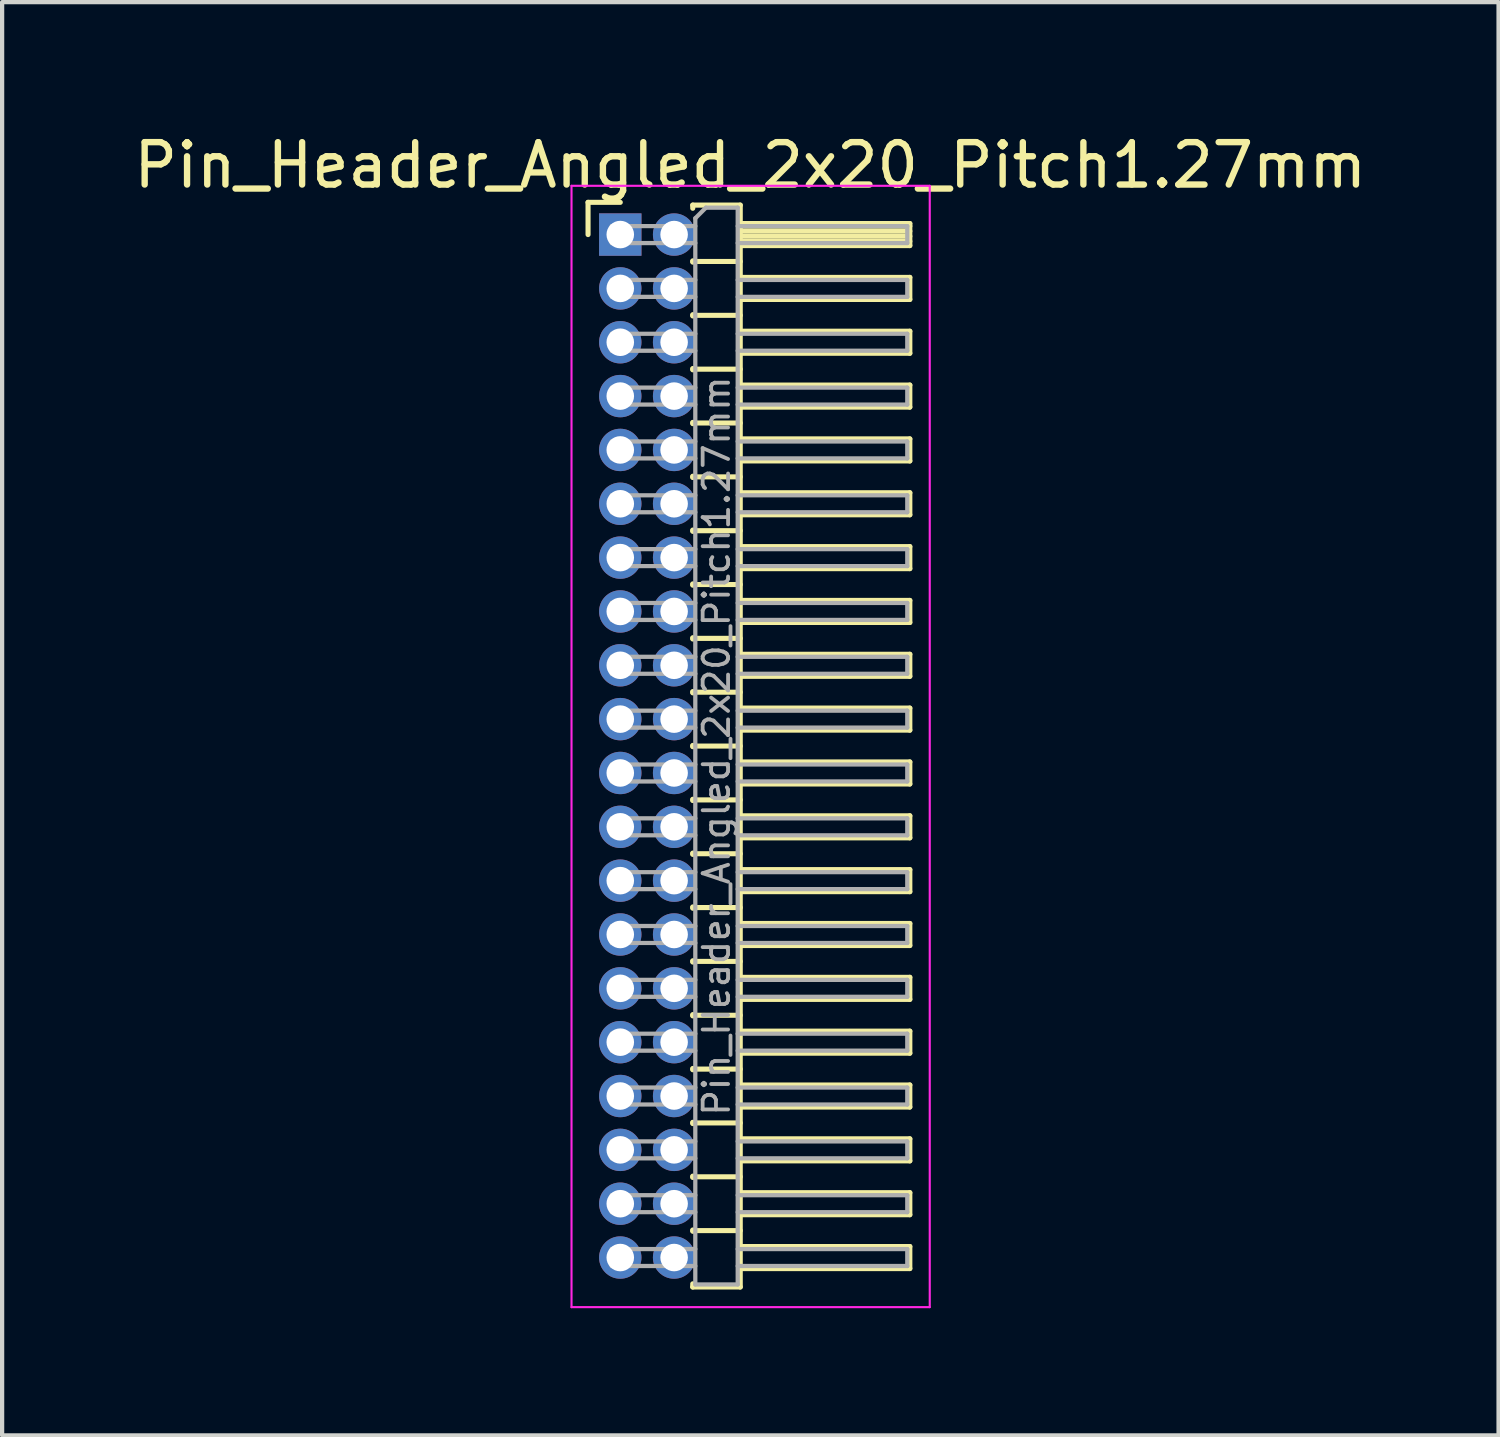
<source format=kicad_pcb>
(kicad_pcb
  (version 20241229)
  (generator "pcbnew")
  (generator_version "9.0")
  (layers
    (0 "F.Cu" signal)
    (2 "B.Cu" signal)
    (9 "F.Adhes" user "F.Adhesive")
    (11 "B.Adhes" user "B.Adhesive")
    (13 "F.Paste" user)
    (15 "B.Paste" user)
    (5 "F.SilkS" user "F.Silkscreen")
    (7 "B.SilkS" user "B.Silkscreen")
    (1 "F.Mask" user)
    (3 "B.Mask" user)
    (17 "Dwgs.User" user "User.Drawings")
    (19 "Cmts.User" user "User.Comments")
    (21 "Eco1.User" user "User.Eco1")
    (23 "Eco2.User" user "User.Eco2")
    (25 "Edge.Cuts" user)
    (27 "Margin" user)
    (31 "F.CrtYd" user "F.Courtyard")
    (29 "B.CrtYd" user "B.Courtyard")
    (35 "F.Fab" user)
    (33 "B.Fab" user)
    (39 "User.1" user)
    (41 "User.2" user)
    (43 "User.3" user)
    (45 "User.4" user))
  (footprint "Pin_Header_Angled_2x20_Pitch1.27mm"
    (layer "F.Cu")
    (at 11.581 2.483)
    (property "Reference" "Pin_Header_Angled_2x20_Pitch1.27mm" (at 3.067 -1.635 0) (layer "F.SilkS") (effects (font (size 1 1) (thickness 0.15))))
    (attr through_hole)
    (fp_line (start -0.76 -0.76) (end 0 -0.76) (stroke (width 0.12) (type solid)) (layer "F.SilkS"))
    (fp_line (start -0.76 0) (end -0.76 -0.76) (stroke (width 0.12) (type solid)) (layer "F.SilkS"))
    (fp_line (start 1.71 -0.695) (end 2.83 -0.695) (stroke (width 0.12) (type solid)) (layer "F.SilkS"))
    (fp_line (start 1.71 -0.62) (end 1.71 -0.695) (stroke (width 0.12) (type solid)) (layer "F.SilkS"))
    (fp_line (start 1.71 0.62) (end 1.71 0.65) (stroke (width 0.12) (type solid)) (layer "F.SilkS"))
    (fp_line (start 1.71 0.635) (end 2.83 0.635) (stroke (width 0.12) (type solid)) (layer "F.SilkS"))
    (fp_line (start 1.71 1.89) (end 1.71 1.92) (stroke (width 0.12) (type solid)) (layer "F.SilkS"))
    (fp_line (start 1.71 1.905) (end 2.83 1.905) (stroke (width 0.12) (type solid)) (layer "F.SilkS"))
    (fp_line (start 1.71 3.16) (end 1.71 3.19) (stroke (width 0.12) (type solid)) (layer "F.SilkS"))
    (fp_line (start 1.71 3.175) (end 2.83 3.175) (stroke (width 0.12) (type solid)) (layer "F.SilkS"))
    (fp_line (start 1.71 4.43) (end 1.71 4.46) (stroke (width 0.12) (type solid)) (layer "F.SilkS"))
    (fp_line (start 1.71 4.445) (end 2.83 4.445) (stroke (width 0.12) (type solid)) (layer "F.SilkS"))
    (fp_line (start 1.71 5.7) (end 1.71 5.73) (stroke (width 0.12) (type solid)) (layer "F.SilkS"))
    (fp_line (start 1.71 5.715) (end 2.83 5.715) (stroke (width 0.12) (type solid)) (layer "F.SilkS"))
    (fp_line (start 1.71 6.97) (end 1.71 7) (stroke (width 0.12) (type solid)) (layer "F.SilkS"))
    (fp_line (start 1.71 6.985) (end 2.83 6.985) (stroke (width 0.12) (type solid)) (layer "F.SilkS"))
    (fp_line (start 1.71 8.24) (end 1.71 8.27) (stroke (width 0.12) (type solid)) (layer "F.SilkS"))
    (fp_line (start 1.71 8.255) (end 2.83 8.255) (stroke (width 0.12) (type solid)) (layer "F.SilkS"))
    (fp_line (start 1.71 9.51) (end 1.71 9.54) (stroke (width 0.12) (type solid)) (layer "F.SilkS"))
    (fp_line (start 1.71 9.525) (end 2.83 9.525) (stroke (width 0.12) (type solid)) (layer "F.SilkS"))
    (fp_line (start 1.71 10.78) (end 1.71 10.81) (stroke (width 0.12) (type solid)) (layer "F.SilkS"))
    (fp_line (start 1.71 10.795) (end 2.83 10.795) (stroke (width 0.12) (type solid)) (layer "F.SilkS"))
    (fp_line (start 1.71 12.05) (end 1.71 12.08) (stroke (width 0.12) (type solid)) (layer "F.SilkS"))
    (fp_line (start 1.71 12.065) (end 2.83 12.065) (stroke (width 0.12) (type solid)) (layer "F.SilkS"))
    (fp_line (start 1.71 13.32) (end 1.71 13.35) (stroke (width 0.12) (type solid)) (layer "F.SilkS"))
    (fp_line (start 1.71 13.335) (end 2.83 13.335) (stroke (width 0.12) (type solid)) (layer "F.SilkS"))
    (fp_line (start 1.71 14.59) (end 1.71 14.62) (stroke (width 0.12) (type solid)) (layer "F.SilkS"))
    (fp_line (start 1.71 14.605) (end 2.83 14.605) (stroke (width 0.12) (type solid)) (layer "F.SilkS"))
    (fp_line (start 1.71 15.86) (end 1.71 15.89) (stroke (width 0.12) (type solid)) (layer "F.SilkS"))
    (fp_line (start 1.71 15.875) (end 2.83 15.875) (stroke (width 0.12) (type solid)) (layer "F.SilkS"))
    (fp_line (start 1.71 17.13) (end 1.71 17.16) (stroke (width 0.12) (type solid)) (layer "F.SilkS"))
    (fp_line (start 1.71 17.145) (end 2.83 17.145) (stroke (width 0.12) (type solid)) (layer "F.SilkS"))
    (fp_line (start 1.71 18.4) (end 1.71 18.43) (stroke (width 0.12) (type solid)) (layer "F.SilkS"))
    (fp_line (start 1.71 18.415) (end 2.83 18.415) (stroke (width 0.12) (type solid)) (layer "F.SilkS"))
    (fp_line (start 1.71 19.67) (end 1.71 19.7) (stroke (width 0.12) (type solid)) (layer "F.SilkS"))
    (fp_line (start 1.71 19.685) (end 2.83 19.685) (stroke (width 0.12) (type solid)) (layer "F.SilkS"))
    (fp_line (start 1.71 20.94) (end 1.71 20.97) (stroke (width 0.12) (type solid)) (layer "F.SilkS"))
    (fp_line (start 1.71 20.955) (end 2.83 20.955) (stroke (width 0.12) (type solid)) (layer "F.SilkS"))
    (fp_line (start 1.71 22.21) (end 1.71 22.24) (stroke (width 0.12) (type solid)) (layer "F.SilkS"))
    (fp_line (start 1.71 22.225) (end 2.83 22.225) (stroke (width 0.12) (type solid)) (layer "F.SilkS"))
    (fp_line (start 1.71 23.48) (end 1.71 23.51) (stroke (width 0.12) (type solid)) (layer "F.SilkS"))
    (fp_line (start 1.71 23.495) (end 2.83 23.495) (stroke (width 0.12) (type solid)) (layer "F.SilkS"))
    (fp_line (start 1.71 24.825) (end 1.71 24.75) (stroke (width 0.12) (type solid)) (layer "F.SilkS"))
    (fp_line (start 2.83 -0.695) (end 2.83 24.825) (stroke (width 0.12) (type solid)) (layer "F.SilkS"))
    (fp_line (start 2.83 -0.26) (end 6.83 -0.26) (stroke (width 0.12) (type solid)) (layer "F.SilkS"))
    (fp_line (start 2.83 -0.2) (end 6.83 -0.2) (stroke (width 0.12) (type solid)) (layer "F.SilkS"))
    (fp_line (start 2.83 -0.08) (end 6.83 -0.08) (stroke (width 0.12) (type solid)) (layer "F.SilkS"))
    (fp_line (start 2.83 0.04) (end 6.83 0.04) (stroke (width 0.12) (type solid)) (layer "F.SilkS"))
    (fp_line (start 2.83 0.16) (end 6.83 0.16) (stroke (width 0.12) (type solid)) (layer "F.SilkS"))
    (fp_line (start 2.83 1.01) (end 6.83 1.01) (stroke (width 0.12) (type solid)) (layer "F.SilkS"))
    (fp_line (start 2.83 2.28) (end 6.83 2.28) (stroke (width 0.12) (type solid)) (layer "F.SilkS"))
    (fp_line (start 2.83 3.55) (end 6.83 3.55) (stroke (width 0.12) (type solid)) (layer "F.SilkS"))
    (fp_line (start 2.83 4.82) (end 6.83 4.82) (stroke (width 0.12) (type solid)) (layer "F.SilkS"))
    (fp_line (start 2.83 6.09) (end 6.83 6.09) (stroke (width 0.12) (type solid)) (layer "F.SilkS"))
    (fp_line (start 2.83 7.36) (end 6.83 7.36) (stroke (width 0.12) (type solid)) (layer "F.SilkS"))
    (fp_line (start 2.83 8.63) (end 6.83 8.63) (stroke (width 0.12) (type solid)) (layer "F.SilkS"))
    (fp_line (start 2.83 9.9) (end 6.83 9.9) (stroke (width 0.12) (type solid)) (layer "F.SilkS"))
    (fp_line (start 2.83 11.17) (end 6.83 11.17) (stroke (width 0.12) (type solid)) (layer "F.SilkS"))
    (fp_line (start 2.83 12.44) (end 6.83 12.44) (stroke (width 0.12) (type solid)) (layer "F.SilkS"))
    (fp_line (start 2.83 13.71) (end 6.83 13.71) (stroke (width 0.12) (type solid)) (layer "F.SilkS"))
    (fp_line (start 2.83 14.98) (end 6.83 14.98) (stroke (width 0.12) (type solid)) (layer "F.SilkS"))
    (fp_line (start 2.83 16.25) (end 6.83 16.25) (stroke (width 0.12) (type solid)) (layer "F.SilkS"))
    (fp_line (start 2.83 17.52) (end 6.83 17.52) (stroke (width 0.12) (type solid)) (layer "F.SilkS"))
    (fp_line (start 2.83 18.79) (end 6.83 18.79) (stroke (width 0.12) (type solid)) (layer "F.SilkS"))
    (fp_line (start 2.83 20.06) (end 6.83 20.06) (stroke (width 0.12) (type solid)) (layer "F.SilkS"))
    (fp_line (start 2.83 21.33) (end 6.83 21.33) (stroke (width 0.12) (type solid)) (layer "F.SilkS"))
    (fp_line (start 2.83 22.6) (end 6.83 22.6) (stroke (width 0.12) (type solid)) (layer "F.SilkS"))
    (fp_line (start 2.83 23.87) (end 6.83 23.87) (stroke (width 0.12) (type solid)) (layer "F.SilkS"))
    (fp_line (start 2.83 24.825) (end 1.71 24.825) (stroke (width 0.12) (type solid)) (layer "F.SilkS"))
    (fp_line (start 6.83 -0.26) (end 6.83 0.26) (stroke (width 0.12) (type solid)) (layer "F.SilkS"))
    (fp_line (start 6.83 0.26) (end 2.83 0.26) (stroke (width 0.12) (type solid)) (layer "F.SilkS"))
    (fp_line (start 6.83 1.01) (end 6.83 1.53) (stroke (width 0.12) (type solid)) (layer "F.SilkS"))
    (fp_line (start 6.83 1.53) (end 2.83 1.53) (stroke (width 0.12) (type solid)) (layer "F.SilkS"))
    (fp_line (start 6.83 2.28) (end 6.83 2.8) (stroke (width 0.12) (type solid)) (layer "F.SilkS"))
    (fp_line (start 6.83 2.8) (end 2.83 2.8) (stroke (width 0.12) (type solid)) (layer "F.SilkS"))
    (fp_line (start 6.83 3.55) (end 6.83 4.07) (stroke (width 0.12) (type solid)) (layer "F.SilkS"))
    (fp_line (start 6.83 4.07) (end 2.83 4.07) (stroke (width 0.12) (type solid)) (layer "F.SilkS"))
    (fp_line (start 6.83 4.82) (end 6.83 5.34) (stroke (width 0.12) (type solid)) (layer "F.SilkS"))
    (fp_line (start 6.83 5.34) (end 2.83 5.34) (stroke (width 0.12) (type solid)) (layer "F.SilkS"))
    (fp_line (start 6.83 6.09) (end 6.83 6.61) (stroke (width 0.12) (type solid)) (layer "F.SilkS"))
    (fp_line (start 6.83 6.61) (end 2.83 6.61) (stroke (width 0.12) (type solid)) (layer "F.SilkS"))
    (fp_line (start 6.83 7.36) (end 6.83 7.88) (stroke (width 0.12) (type solid)) (layer "F.SilkS"))
    (fp_line (start 6.83 7.88) (end 2.83 7.88) (stroke (width 0.12) (type solid)) (layer "F.SilkS"))
    (fp_line (start 6.83 8.63) (end 6.83 9.15) (stroke (width 0.12) (type solid)) (layer "F.SilkS"))
    (fp_line (start 6.83 9.15) (end 2.83 9.15) (stroke (width 0.12) (type solid)) (layer "F.SilkS"))
    (fp_line (start 6.83 9.9) (end 6.83 10.42) (stroke (width 0.12) (type solid)) (layer "F.SilkS"))
    (fp_line (start 6.83 10.42) (end 2.83 10.42) (stroke (width 0.12) (type solid)) (layer "F.SilkS"))
    (fp_line (start 6.83 11.17) (end 6.83 11.69) (stroke (width 0.12) (type solid)) (layer "F.SilkS"))
    (fp_line (start 6.83 11.69) (end 2.83 11.69) (stroke (width 0.12) (type solid)) (layer "F.SilkS"))
    (fp_line (start 6.83 12.44) (end 6.83 12.96) (stroke (width 0.12) (type solid)) (layer "F.SilkS"))
    (fp_line (start 6.83 12.96) (end 2.83 12.96) (stroke (width 0.12) (type solid)) (layer "F.SilkS"))
    (fp_line (start 6.83 13.71) (end 6.83 14.23) (stroke (width 0.12) (type solid)) (layer "F.SilkS"))
    (fp_line (start 6.83 14.23) (end 2.83 14.23) (stroke (width 0.12) (type solid)) (layer "F.SilkS"))
    (fp_line (start 6.83 14.98) (end 6.83 15.5) (stroke (width 0.12) (type solid)) (layer "F.SilkS"))
    (fp_line (start 6.83 15.5) (end 2.83 15.5) (stroke (width 0.12) (type solid)) (layer "F.SilkS"))
    (fp_line (start 6.83 16.25) (end 6.83 16.77) (stroke (width 0.12) (type solid)) (layer "F.SilkS"))
    (fp_line (start 6.83 16.77) (end 2.83 16.77) (stroke (width 0.12) (type solid)) (layer "F.SilkS"))
    (fp_line (start 6.83 17.52) (end 6.83 18.04) (stroke (width 0.12) (type solid)) (layer "F.SilkS"))
    (fp_line (start 6.83 18.04) (end 2.83 18.04) (stroke (width 0.12) (type solid)) (layer "F.SilkS"))
    (fp_line (start 6.83 18.79) (end 6.83 19.31) (stroke (width 0.12) (type solid)) (layer "F.SilkS"))
    (fp_line (start 6.83 19.31) (end 2.83 19.31) (stroke (width 0.12) (type solid)) (layer "F.SilkS"))
    (fp_line (start 6.83 20.06) (end 6.83 20.58) (stroke (width 0.12) (type solid)) (layer "F.SilkS"))
    (fp_line (start 6.83 20.58) (end 2.83 20.58) (stroke (width 0.12) (type solid)) (layer "F.SilkS"))
    (fp_line (start 6.83 21.33) (end 6.83 21.85) (stroke (width 0.12) (type solid)) (layer "F.SilkS"))
    (fp_line (start 6.83 21.85) (end 2.83 21.85) (stroke (width 0.12) (type solid)) (layer "F.SilkS"))
    (fp_line (start 6.83 22.6) (end 6.83 23.12) (stroke (width 0.12) (type solid)) (layer "F.SilkS"))
    (fp_line (start 6.83 23.12) (end 2.83 23.12) (stroke (width 0.12) (type solid)) (layer "F.SilkS"))
    (fp_line (start 6.83 23.87) (end 6.83 24.39) (stroke (width 0.12) (type solid)) (layer "F.SilkS"))
    (fp_line (start 6.83 24.39) (end 2.83 24.39) (stroke (width 0.12) (type solid)) (layer "F.SilkS"))
    (fp_line (start -1.15 -1.15) (end -1.15 25.3) (stroke (width 0.05) (type solid)) (layer "F.CrtYd"))
    (fp_line (start -1.15 25.3) (end 7.3 25.3) (stroke (width 0.05) (type solid)) (layer "F.CrtYd"))
    (fp_line (start 7.3 -1.15) (end -1.15 -1.15) (stroke (width 0.05) (type solid)) (layer "F.CrtYd"))
    (fp_line (start 7.3 25.3) (end 7.3 -1.15) (stroke (width 0.05) (type solid)) (layer "F.CrtYd"))
    (fp_line (start -0.2 -0.2) (end -0.2 0.2) (stroke (width 0.1) (type solid)) (layer "F.Fab"))
    (fp_line (start -0.2 -0.2) (end 1.77 -0.2) (stroke (width 0.1) (type solid)) (layer "F.Fab"))
    (fp_line (start -0.2 0.2) (end 1.77 0.2) (stroke (width 0.1) (type solid)) (layer "F.Fab"))
    (fp_line (start -0.2 1.07) (end -0.2 1.47) (stroke (width 0.1) (type solid)) (layer "F.Fab"))
    (fp_line (start -0.2 1.07) (end 1.77 1.07) (stroke (width 0.1) (type solid)) (layer "F.Fab"))
    (fp_line (start -0.2 1.47) (end 1.77 1.47) (stroke (width 0.1) (type solid)) (layer "F.Fab"))
    (fp_line (start -0.2 2.34) (end -0.2 2.74) (stroke (width 0.1) (type solid)) (layer "F.Fab"))
    (fp_line (start -0.2 2.34) (end 1.77 2.34) (stroke (width 0.1) (type solid)) (layer "F.Fab"))
    (fp_line (start -0.2 2.74) (end 1.77 2.74) (stroke (width 0.1) (type solid)) (layer "F.Fab"))
    (fp_line (start -0.2 3.61) (end -0.2 4.01) (stroke (width 0.1) (type solid)) (layer "F.Fab"))
    (fp_line (start -0.2 3.61) (end 1.77 3.61) (stroke (width 0.1) (type solid)) (layer "F.Fab"))
    (fp_line (start -0.2 4.01) (end 1.77 4.01) (stroke (width 0.1) (type solid)) (layer "F.Fab"))
    (fp_line (start -0.2 4.88) (end -0.2 5.28) (stroke (width 0.1) (type solid)) (layer "F.Fab"))
    (fp_line (start -0.2 4.88) (end 1.77 4.88) (stroke (width 0.1) (type solid)) (layer "F.Fab"))
    (fp_line (start -0.2 5.28) (end 1.77 5.28) (stroke (width 0.1) (type solid)) (layer "F.Fab"))
    (fp_line (start -0.2 6.15) (end -0.2 6.55) (stroke (width 0.1) (type solid)) (layer "F.Fab"))
    (fp_line (start -0.2 6.15) (end 1.77 6.15) (stroke (width 0.1) (type solid)) (layer "F.Fab"))
    (fp_line (start -0.2 6.55) (end 1.77 6.55) (stroke (width 0.1) (type solid)) (layer "F.Fab"))
    (fp_line (start -0.2 7.42) (end -0.2 7.82) (stroke (width 0.1) (type solid)) (layer "F.Fab"))
    (fp_line (start -0.2 7.42) (end 1.77 7.42) (stroke (width 0.1) (type solid)) (layer "F.Fab"))
    (fp_line (start -0.2 7.82) (end 1.77 7.82) (stroke (width 0.1) (type solid)) (layer "F.Fab"))
    (fp_line (start -0.2 8.69) (end -0.2 9.09) (stroke (width 0.1) (type solid)) (layer "F.Fab"))
    (fp_line (start -0.2 8.69) (end 1.77 8.69) (stroke (width 0.1) (type solid)) (layer "F.Fab"))
    (fp_line (start -0.2 9.09) (end 1.77 9.09) (stroke (width 0.1) (type solid)) (layer "F.Fab"))
    (fp_line (start -0.2 9.96) (end -0.2 10.36) (stroke (width 0.1) (type solid)) (layer "F.Fab"))
    (fp_line (start -0.2 9.96) (end 1.77 9.96) (stroke (width 0.1) (type solid)) (layer "F.Fab"))
    (fp_line (start -0.2 10.36) (end 1.77 10.36) (stroke (width 0.1) (type solid)) (layer "F.Fab"))
    (fp_line (start -0.2 11.23) (end -0.2 11.63) (stroke (width 0.1) (type solid)) (layer "F.Fab"))
    (fp_line (start -0.2 11.23) (end 1.77 11.23) (stroke (width 0.1) (type solid)) (layer "F.Fab"))
    (fp_line (start -0.2 11.63) (end 1.77 11.63) (stroke (width 0.1) (type solid)) (layer "F.Fab"))
    (fp_line (start -0.2 12.5) (end -0.2 12.9) (stroke (width 0.1) (type solid)) (layer "F.Fab"))
    (fp_line (start -0.2 12.5) (end 1.77 12.5) (stroke (width 0.1) (type solid)) (layer "F.Fab"))
    (fp_line (start -0.2 12.9) (end 1.77 12.9) (stroke (width 0.1) (type solid)) (layer "F.Fab"))
    (fp_line (start -0.2 13.77) (end -0.2 14.17) (stroke (width 0.1) (type solid)) (layer "F.Fab"))
    (fp_line (start -0.2 13.77) (end 1.77 13.77) (stroke (width 0.1) (type solid)) (layer "F.Fab"))
    (fp_line (start -0.2 14.17) (end 1.77 14.17) (stroke (width 0.1) (type solid)) (layer "F.Fab"))
    (fp_line (start -0.2 15.04) (end -0.2 15.44) (stroke (width 0.1) (type solid)) (layer "F.Fab"))
    (fp_line (start -0.2 15.04) (end 1.77 15.04) (stroke (width 0.1) (type solid)) (layer "F.Fab"))
    (fp_line (start -0.2 15.44) (end 1.77 15.44) (stroke (width 0.1) (type solid)) (layer "F.Fab"))
    (fp_line (start -0.2 16.31) (end -0.2 16.71) (stroke (width 0.1) (type solid)) (layer "F.Fab"))
    (fp_line (start -0.2 16.31) (end 1.77 16.31) (stroke (width 0.1) (type solid)) (layer "F.Fab"))
    (fp_line (start -0.2 16.71) (end 1.77 16.71) (stroke (width 0.1) (type solid)) (layer "F.Fab"))
    (fp_line (start -0.2 17.58) (end -0.2 17.98) (stroke (width 0.1) (type solid)) (layer "F.Fab"))
    (fp_line (start -0.2 17.58) (end 1.77 17.58) (stroke (width 0.1) (type solid)) (layer "F.Fab"))
    (fp_line (start -0.2 17.98) (end 1.77 17.98) (stroke (width 0.1) (type solid)) (layer "F.Fab"))
    (fp_line (start -0.2 18.85) (end -0.2 19.25) (stroke (width 0.1) (type solid)) (layer "F.Fab"))
    (fp_line (start -0.2 18.85) (end 1.77 18.85) (stroke (width 0.1) (type solid)) (layer "F.Fab"))
    (fp_line (start -0.2 19.25) (end 1.77 19.25) (stroke (width 0.1) (type solid)) (layer "F.Fab"))
    (fp_line (start -0.2 20.12) (end -0.2 20.52) (stroke (width 0.1) (type solid)) (layer "F.Fab"))
    (fp_line (start -0.2 20.12) (end 1.77 20.12) (stroke (width 0.1) (type solid)) (layer "F.Fab"))
    (fp_line (start -0.2 20.52) (end 1.77 20.52) (stroke (width 0.1) (type solid)) (layer "F.Fab"))
    (fp_line (start -0.2 21.39) (end -0.2 21.79) (stroke (width 0.1) (type solid)) (layer "F.Fab"))
    (fp_line (start -0.2 21.39) (end 1.77 21.39) (stroke (width 0.1) (type solid)) (layer "F.Fab"))
    (fp_line (start -0.2 21.79) (end 1.77 21.79) (stroke (width 0.1) (type solid)) (layer "F.Fab"))
    (fp_line (start -0.2 22.66) (end -0.2 23.06) (stroke (width 0.1) (type solid)) (layer "F.Fab"))
    (fp_line (start -0.2 22.66) (end 1.77 22.66) (stroke (width 0.1) (type solid)) (layer "F.Fab"))
    (fp_line (start -0.2 23.06) (end 1.77 23.06) (stroke (width 0.1) (type solid)) (layer "F.Fab"))
    (fp_line (start -0.2 23.93) (end -0.2 24.33) (stroke (width 0.1) (type solid)) (layer "F.Fab"))
    (fp_line (start -0.2 23.93) (end 1.77 23.93) (stroke (width 0.1) (type solid)) (layer "F.Fab"))
    (fp_line (start -0.2 24.33) (end 1.77 24.33) (stroke (width 0.1) (type solid)) (layer "F.Fab"))
    (fp_line (start 1.77 -0.385) (end 2.02 -0.635) (stroke (width 0.1) (type solid)) (layer "F.Fab"))
    (fp_line (start 1.77 24.765) (end 1.77 -0.385) (stroke (width 0.1) (type solid)) (layer "F.Fab"))
    (fp_line (start 2.02 -0.635) (end 2.77 -0.635) (stroke (width 0.1) (type solid)) (layer "F.Fab"))
    (fp_line (start 2.77 -0.635) (end 2.77 24.765) (stroke (width 0.1) (type solid)) (layer "F.Fab"))
    (fp_line (start 2.77 -0.2) (end 6.77 -0.2) (stroke (width 0.1) (type solid)) (layer "F.Fab"))
    (fp_line (start 2.77 0.2) (end 6.77 0.2) (stroke (width 0.1) (type solid)) (layer "F.Fab"))
    (fp_line (start 2.77 1.07) (end 6.77 1.07) (stroke (width 0.1) (type solid)) (layer "F.Fab"))
    (fp_line (start 2.77 1.47) (end 6.77 1.47) (stroke (width 0.1) (type solid)) (layer "F.Fab"))
    (fp_line (start 2.77 2.34) (end 6.77 2.34) (stroke (width 0.1) (type solid)) (layer "F.Fab"))
    (fp_line (start 2.77 2.74) (end 6.77 2.74) (stroke (width 0.1) (type solid)) (layer "F.Fab"))
    (fp_line (start 2.77 3.61) (end 6.77 3.61) (stroke (width 0.1) (type solid)) (layer "F.Fab"))
    (fp_line (start 2.77 4.01) (end 6.77 4.01) (stroke (width 0.1) (type solid)) (layer "F.Fab"))
    (fp_line (start 2.77 4.88) (end 6.77 4.88) (stroke (width 0.1) (type solid)) (layer "F.Fab"))
    (fp_line (start 2.77 5.28) (end 6.77 5.28) (stroke (width 0.1) (type solid)) (layer "F.Fab"))
    (fp_line (start 2.77 6.15) (end 6.77 6.15) (stroke (width 0.1) (type solid)) (layer "F.Fab"))
    (fp_line (start 2.77 6.55) (end 6.77 6.55) (stroke (width 0.1) (type solid)) (layer "F.Fab"))
    (fp_line (start 2.77 7.42) (end 6.77 7.42) (stroke (width 0.1) (type solid)) (layer "F.Fab"))
    (fp_line (start 2.77 7.82) (end 6.77 7.82) (stroke (width 0.1) (type solid)) (layer "F.Fab"))
    (fp_line (start 2.77 8.69) (end 6.77 8.69) (stroke (width 0.1) (type solid)) (layer "F.Fab"))
    (fp_line (start 2.77 9.09) (end 6.77 9.09) (stroke (width 0.1) (type solid)) (layer "F.Fab"))
    (fp_line (start 2.77 9.96) (end 6.77 9.96) (stroke (width 0.1) (type solid)) (layer "F.Fab"))
    (fp_line (start 2.77 10.36) (end 6.77 10.36) (stroke (width 0.1) (type solid)) (layer "F.Fab"))
    (fp_line (start 2.77 11.23) (end 6.77 11.23) (stroke (width 0.1) (type solid)) (layer "F.Fab"))
    (fp_line (start 2.77 11.63) (end 6.77 11.63) (stroke (width 0.1) (type solid)) (layer "F.Fab"))
    (fp_line (start 2.77 12.5) (end 6.77 12.5) (stroke (width 0.1) (type solid)) (layer "F.Fab"))
    (fp_line (start 2.77 12.9) (end 6.77 12.9) (stroke (width 0.1) (type solid)) (layer "F.Fab"))
    (fp_line (start 2.77 13.77) (end 6.77 13.77) (stroke (width 0.1) (type solid)) (layer "F.Fab"))
    (fp_line (start 2.77 14.17) (end 6.77 14.17) (stroke (width 0.1) (type solid)) (layer "F.Fab"))
    (fp_line (start 2.77 15.04) (end 6.77 15.04) (stroke (width 0.1) (type solid)) (layer "F.Fab"))
    (fp_line (start 2.77 15.44) (end 6.77 15.44) (stroke (width 0.1) (type solid)) (layer "F.Fab"))
    (fp_line (start 2.77 16.31) (end 6.77 16.31) (stroke (width 0.1) (type solid)) (layer "F.Fab"))
    (fp_line (start 2.77 16.71) (end 6.77 16.71) (stroke (width 0.1) (type solid)) (layer "F.Fab"))
    (fp_line (start 2.77 17.58) (end 6.77 17.58) (stroke (width 0.1) (type solid)) (layer "F.Fab"))
    (fp_line (start 2.77 17.98) (end 6.77 17.98) (stroke (width 0.1) (type solid)) (layer "F.Fab"))
    (fp_line (start 2.77 18.85) (end 6.77 18.85) (stroke (width 0.1) (type solid)) (layer "F.Fab"))
    (fp_line (start 2.77 19.25) (end 6.77 19.25) (stroke (width 0.1) (type solid)) (layer "F.Fab"))
    (fp_line (start 2.77 20.12) (end 6.77 20.12) (stroke (width 0.1) (type solid)) (layer "F.Fab"))
    (fp_line (start 2.77 20.52) (end 6.77 20.52) (stroke (width 0.1) (type solid)) (layer "F.Fab"))
    (fp_line (start 2.77 21.39) (end 6.77 21.39) (stroke (width 0.1) (type solid)) (layer "F.Fab"))
    (fp_line (start 2.77 21.79) (end 6.77 21.79) (stroke (width 0.1) (type solid)) (layer "F.Fab"))
    (fp_line (start 2.77 22.66) (end 6.77 22.66) (stroke (width 0.1) (type solid)) (layer "F.Fab"))
    (fp_line (start 2.77 23.06) (end 6.77 23.06) (stroke (width 0.1) (type solid)) (layer "F.Fab"))
    (fp_line (start 2.77 23.93) (end 6.77 23.93) (stroke (width 0.1) (type solid)) (layer "F.Fab"))
    (fp_line (start 2.77 24.33) (end 6.77 24.33) (stroke (width 0.1) (type solid)) (layer "F.Fab"))
    (fp_line (start 2.77 24.765) (end 1.77 24.765) (stroke (width 0.1) (type solid)) (layer "F.Fab"))
    (fp_line (start 6.77 -0.2) (end 6.77 0.2) (stroke (width 0.1) (type solid)) (layer "F.Fab"))
    (fp_line (start 6.77 1.07) (end 6.77 1.47) (stroke (width 0.1) (type solid)) (layer "F.Fab"))
    (fp_line (start 6.77 2.34) (end 6.77 2.74) (stroke (width 0.1) (type solid)) (layer "F.Fab"))
    (fp_line (start 6.77 3.61) (end 6.77 4.01) (stroke (width 0.1) (type solid)) (layer "F.Fab"))
    (fp_line (start 6.77 4.88) (end 6.77 5.28) (stroke (width 0.1) (type solid)) (layer "F.Fab"))
    (fp_line (start 6.77 6.15) (end 6.77 6.55) (stroke (width 0.1) (type solid)) (layer "F.Fab"))
    (fp_line (start 6.77 7.42) (end 6.77 7.82) (stroke (width 0.1) (type solid)) (layer "F.Fab"))
    (fp_line (start 6.77 8.69) (end 6.77 9.09) (stroke (width 0.1) (type solid)) (layer "F.Fab"))
    (fp_line (start 6.77 9.96) (end 6.77 10.36) (stroke (width 0.1) (type solid)) (layer "F.Fab"))
    (fp_line (start 6.77 11.23) (end 6.77 11.63) (stroke (width 0.1) (type solid)) (layer "F.Fab"))
    (fp_line (start 6.77 12.5) (end 6.77 12.9) (stroke (width 0.1) (type solid)) (layer "F.Fab"))
    (fp_line (start 6.77 13.77) (end 6.77 14.17) (stroke (width 0.1) (type solid)) (layer "F.Fab"))
    (fp_line (start 6.77 15.04) (end 6.77 15.44) (stroke (width 0.1) (type solid)) (layer "F.Fab"))
    (fp_line (start 6.77 16.31) (end 6.77 16.71) (stroke (width 0.1) (type solid)) (layer "F.Fab"))
    (fp_line (start 6.77 17.58) (end 6.77 17.98) (stroke (width 0.1) (type solid)) (layer "F.Fab"))
    (fp_line (start 6.77 18.85) (end 6.77 19.25) (stroke (width 0.1) (type solid)) (layer "F.Fab"))
    (fp_line (start 6.77 20.12) (end 6.77 20.52) (stroke (width 0.1) (type solid)) (layer "F.Fab"))
    (fp_line (start 6.77 21.39) (end 6.77 21.79) (stroke (width 0.1) (type solid)) (layer "F.Fab"))
    (fp_line (start 6.77 22.66) (end 6.77 23.06) (stroke (width 0.1) (type solid)) (layer "F.Fab"))
    (fp_line (start 6.77 23.93) (end 6.77 24.33) (stroke (width 0.1) (type solid)) (layer "F.Fab"))
    (fp_text user "${REFERENCE}" (at 2.27 12.065 90) (layer "F.Fab") (effects (font (size 0.6 0.6) (thickness 0.09))))
    (pad "1" thru_hole rect (at 0 0) (size 1 1) (drill 0.65) (layers "*.Cu" "*.Mask"))
    (pad "2" thru_hole oval (at 1.27 0) (size 1 1) (drill 0.65) (layers "*.Cu" "*.Mask"))
    (pad "3" thru_hole oval (at 0 1.27) (size 1 1) (drill 0.65) (layers "*.Cu" "*.Mask"))
    (pad "4" thru_hole oval (at 1.27 1.27) (size 1 1) (drill 0.65) (layers "*.Cu" "*.Mask"))
    (pad "5" thru_hole oval (at 0 2.54) (size 1 1) (drill 0.65) (layers "*.Cu" "*.Mask"))
    (pad "6" thru_hole oval (at 1.27 2.54) (size 1 1) (drill 0.65) (layers "*.Cu" "*.Mask"))
    (pad "7" thru_hole oval (at 0 3.81) (size 1 1) (drill 0.65) (layers "*.Cu" "*.Mask"))
    (pad "8" thru_hole oval (at 1.27 3.81) (size 1 1) (drill 0.65) (layers "*.Cu" "*.Mask"))
    (pad "9" thru_hole oval (at 0 5.08) (size 1 1) (drill 0.65) (layers "*.Cu" "*.Mask"))
    (pad "10" thru_hole oval (at 1.27 5.08) (size 1 1) (drill 0.65) (layers "*.Cu" "*.Mask"))
    (pad "11" thru_hole oval (at 0 6.35) (size 1 1) (drill 0.65) (layers "*.Cu" "*.Mask"))
    (pad "12" thru_hole oval (at 1.27 6.35) (size 1 1) (drill 0.65) (layers "*.Cu" "*.Mask"))
    (pad "13" thru_hole oval (at 0 7.62) (size 1 1) (drill 0.65) (layers "*.Cu" "*.Mask"))
    (pad "14" thru_hole oval (at 1.27 7.62) (size 1 1) (drill 0.65) (layers "*.Cu" "*.Mask"))
    (pad "15" thru_hole oval (at 0 8.89) (size 1 1) (drill 0.65) (layers "*.Cu" "*.Mask"))
    (pad "16" thru_hole oval (at 1.27 8.89) (size 1 1) (drill 0.65) (layers "*.Cu" "*.Mask"))
    (pad "17" thru_hole oval (at 0 10.16) (size 1 1) (drill 0.65) (layers "*.Cu" "*.Mask"))
    (pad "18" thru_hole oval (at 1.27 10.16) (size 1 1) (drill 0.65) (layers "*.Cu" "*.Mask"))
    (pad "19" thru_hole oval (at 0 11.43) (size 1 1) (drill 0.65) (layers "*.Cu" "*.Mask"))
    (pad "20" thru_hole oval (at 1.27 11.43) (size 1 1) (drill 0.65) (layers "*.Cu" "*.Mask"))
    (pad "21" thru_hole oval (at 0 12.7) (size 1 1) (drill 0.65) (layers "*.Cu" "*.Mask"))
    (pad "22" thru_hole oval (at 1.27 12.7) (size 1 1) (drill 0.65) (layers "*.Cu" "*.Mask"))
    (pad "23" thru_hole oval (at 0 13.97) (size 1 1) (drill 0.65) (layers "*.Cu" "*.Mask"))
    (pad "24" thru_hole oval (at 1.27 13.97) (size 1 1) (drill 0.65) (layers "*.Cu" "*.Mask"))
    (pad "25" thru_hole oval (at 0 15.24) (size 1 1) (drill 0.65) (layers "*.Cu" "*.Mask"))
    (pad "26" thru_hole oval (at 1.27 15.24) (size 1 1) (drill 0.65) (layers "*.Cu" "*.Mask"))
    (pad "27" thru_hole oval (at 0 16.51) (size 1 1) (drill 0.65) (layers "*.Cu" "*.Mask"))
    (pad "28" thru_hole oval (at 1.27 16.51) (size 1 1) (drill 0.65) (layers "*.Cu" "*.Mask"))
    (pad "29" thru_hole oval (at 0 17.78) (size 1 1) (drill 0.65) (layers "*.Cu" "*.Mask"))
    (pad "30" thru_hole oval (at 1.27 17.78) (size 1 1) (drill 0.65) (layers "*.Cu" "*.Mask"))
    (pad "31" thru_hole oval (at 0 19.05) (size 1 1) (drill 0.65) (layers "*.Cu" "*.Mask"))
    (pad "32" thru_hole oval (at 1.27 19.05) (size 1 1) (drill 0.65) (layers "*.Cu" "*.Mask"))
    (pad "33" thru_hole oval (at 0 20.32) (size 1 1) (drill 0.65) (layers "*.Cu" "*.Mask"))
    (pad "34" thru_hole oval (at 1.27 20.32) (size 1 1) (drill 0.65) (layers "*.Cu" "*.Mask"))
    (pad "35" thru_hole oval (at 0 21.59) (size 1 1) (drill 0.65) (layers "*.Cu" "*.Mask"))
    (pad "36" thru_hole oval (at 1.27 21.59) (size 1 1) (drill 0.65) (layers "*.Cu" "*.Mask"))
    (pad "37" thru_hole oval (at 0 22.86) (size 1 1) (drill 0.65) (layers "*.Cu" "*.Mask"))
    (pad "38" thru_hole oval (at 1.27 22.86) (size 1 1) (drill 0.65) (layers "*.Cu" "*.Mask"))
    (pad "39" thru_hole oval (at 0 24.13) (size 1 1) (drill 0.65) (layers "*.Cu" "*.Mask"))
    (pad "40" thru_hole oval (at 1.27 24.13) (size 1 1) (drill 0.65) (layers "*.Cu" "*.Mask")))
  (gr_rect
    (start -3 -3)
    (end 32.298 30.808)
    (stroke (width 0.1) (type default))
    (fill no)
    (layer "Edge.Cuts")))
</source>
